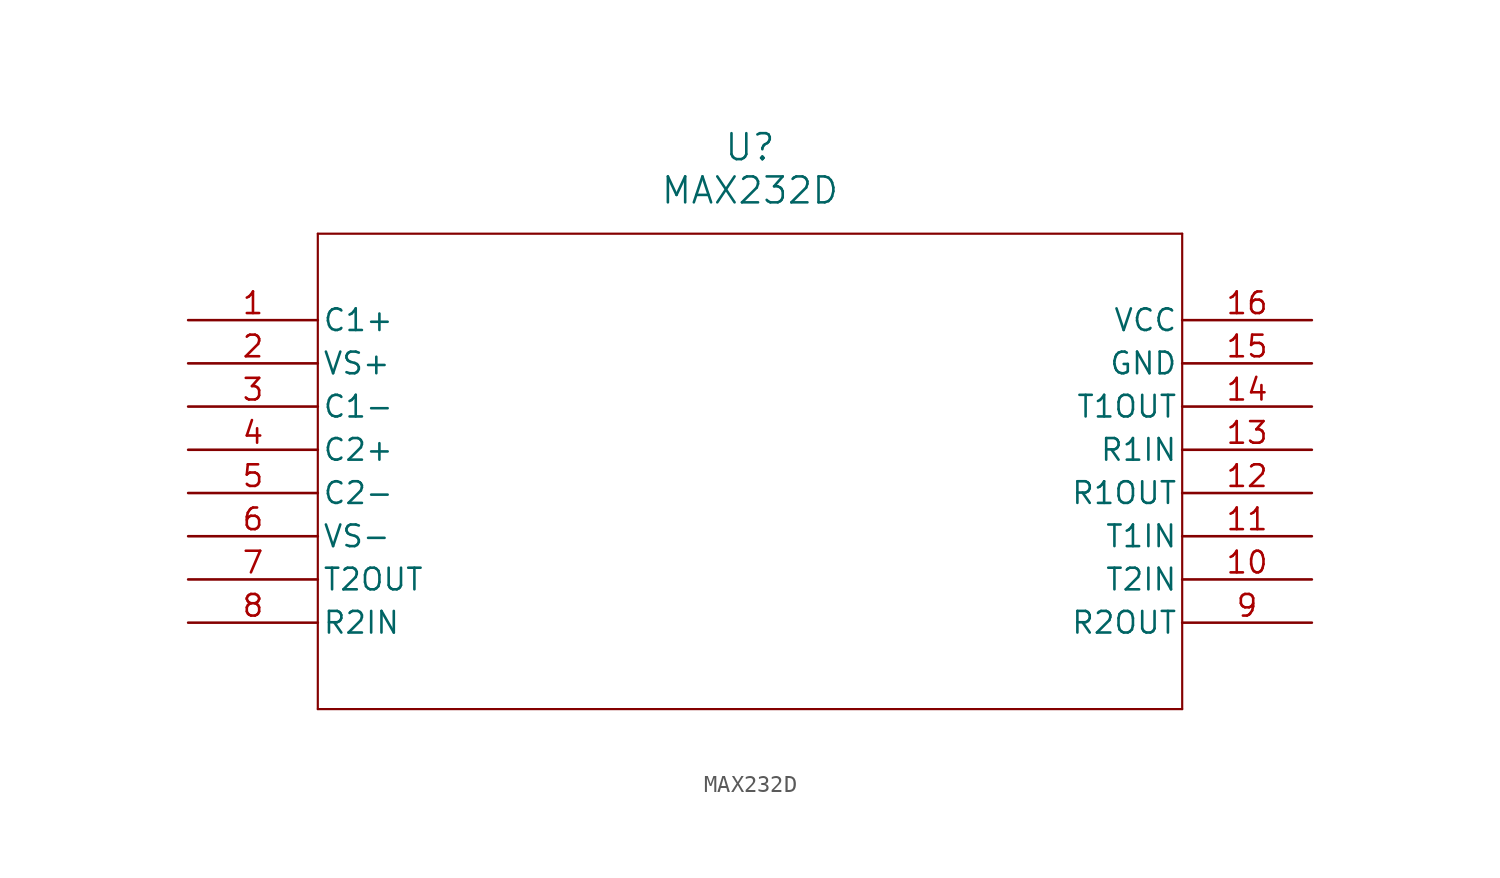
<source format=kicad_sym>
(kicad_symbol_lib
  (version 20211014)
  (generator kicad_symbol_editor)
  (symbol "MAX232D"
    (pin_names
      (offset 0.254))
    (property "Reference" "U"
      (at 33.02 10.16 0)
      (effects (font (size 1.524 1.524))))
    (property "Value" "MAX232D"
      (at 33.02 7.62 0)
      (effects (font (size 1.524 1.524))))
    (symbol "MAX232D_0_1"
      (polyline (pts (xy 7.62 5.08) (xy 7.62 -22.86)) (stroke (width 0.127) (type default) (color 0 0 0 0)) (fill (type none)))
      (polyline (pts (xy 7.62 -22.86) (xy 58.42 -22.86)) (stroke (width 0.127) (type default) (color 0 0 0 0)) (fill (type none)))
      (polyline (pts (xy 58.42 -22.86) (xy 58.42 5.08)) (stroke (width 0.127) (type default) (color 0 0 0 0)) (fill (type none)))
      (polyline (pts (xy 58.42 5.08) (xy 7.62 5.08)) (stroke (width 0.127) (type default) (color 0 0 0 0)) (fill (type none)))
      (pin unspecified line (at 0 0 0) (length 7.62) (name "C1+" (effects (font (size 1.27 1.27)))) (number "1" (effects (font (size 1.27 1.27)))))
      (pin unspecified line (at 0 -2.54 0) (length 7.62) (name "VS+" (effects (font (size 1.27 1.27)))) (number "2" (effects (font (size 1.27 1.27)))))
      (pin unspecified line (at 0 -5.08 0) (length 7.62) (name "C1-" (effects (font (size 1.27 1.27)))) (number "3" (effects (font (size 1.27 1.27)))))
      (pin unspecified line (at 0 -7.62 0) (length 7.62) (name "C2+" (effects (font (size 1.27 1.27)))) (number "4" (effects (font (size 1.27 1.27)))))
      (pin unspecified line (at 0 -10.16 0) (length 7.62) (name "C2-" (effects (font (size 1.27 1.27)))) (number "5" (effects (font (size 1.27 1.27)))))
      (pin unspecified line (at 0 -12.7 0) (length 7.62) (name "VS-" (effects (font (size 1.27 1.27)))) (number "6" (effects (font (size 1.27 1.27)))))
      (pin output line (at 0 -15.24 0) (length 7.62) (name "T2OUT" (effects (font (size 1.27 1.27)))) (number "7" (effects (font (size 1.27 1.27)))))
      (pin input line (at 0 -17.78 0) (length 7.62) (name "R2IN" (effects (font (size 1.27 1.27)))) (number "8" (effects (font (size 1.27 1.27)))))
      (pin output line (at 66.04 -17.78 180) (length 7.62) (name "R2OUT" (effects (font (size 1.27 1.27)))) (number "9" (effects (font (size 1.27 1.27)))))
      (pin input line (at 66.04 -15.24 180) (length 7.62) (name "T2IN" (effects (font (size 1.27 1.27)))) (number "10" (effects (font (size 1.27 1.27)))))
      (pin input line (at 66.04 -12.7 180) (length 7.62) (name "T1IN" (effects (font (size 1.27 1.27)))) (number "11" (effects (font (size 1.27 1.27)))))
      (pin output line (at 66.04 -10.16 180) (length 7.62) (name "R1OUT" (effects (font (size 1.27 1.27)))) (number "12" (effects (font (size 1.27 1.27)))))
      (pin input line (at 66.04 -7.62 180) (length 7.62) (name "R1IN" (effects (font (size 1.27 1.27)))) (number "13" (effects (font (size 1.27 1.27)))))
      (pin output line (at 66.04 -5.08 180) (length 7.62) (name "T1OUT" (effects (font (size 1.27 1.27)))) (number "14" (effects (font (size 1.27 1.27)))))
      (pin power_in line (at 66.04 -2.54 180) (length 7.62) (name "GND" (effects (font (size 1.27 1.27)))) (number "15" (effects (font (size 1.27 1.27)))))
      (pin power_in line (at 66.04 0 180) (length 7.62) (name "VCC" (effects (font (size 1.27 1.27)))) (number "16" (effects (font (size 1.27 1.27))))))))
</source>
